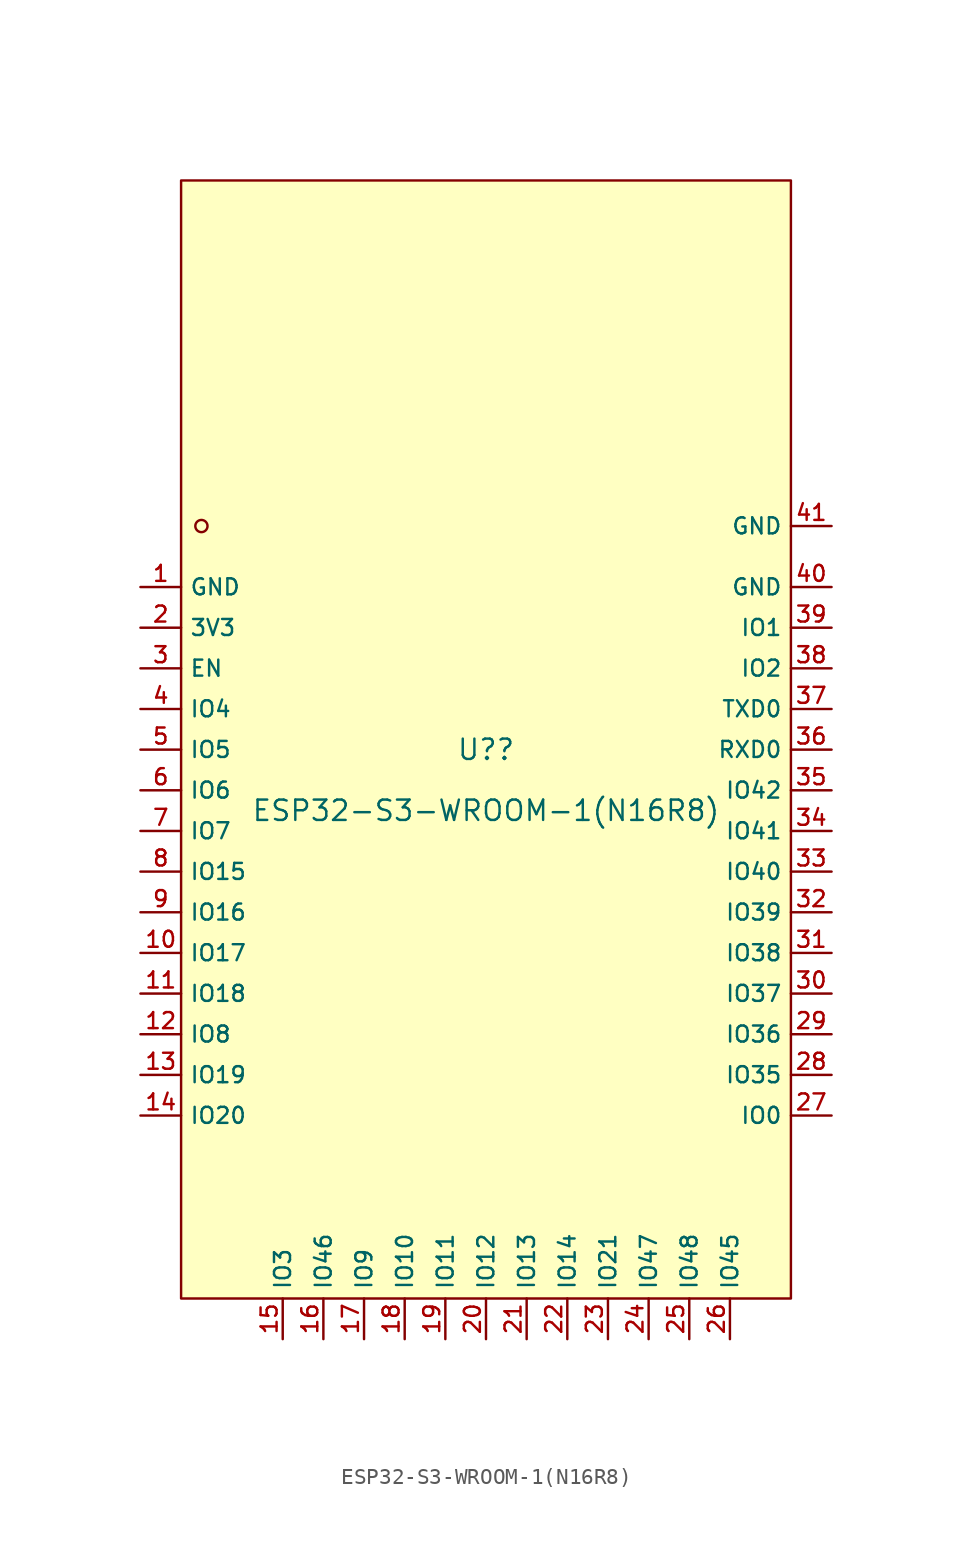
<source format=kicad_sym>
(kicad_symbol_lib
  (version 20210201)
  (generator TousstNicolas/JLC2KiCad_lib)
  (symbol "ESP32-S3-WROOM-1(N16R8)"
    (property "Reference" "U?"
      (at 0 1.27 0)
      (effects (font (size 1.27 1.27))))
    (property "Value" "ESP32-S3-WROOM-1(N16R8)"
      (at 0 -2.54 0)
      (effects (font (size 1.27 1.27))))
    (symbol "ESP32-S3-WROOM-1(N16R8)_0_1"
      (rectangle (start -19.05 36.83) (end 19.05 -33.02) (stroke (width 0) (type default) (color 0 0 0 0)) (fill (type background)))
      (circle (center -17.78 15.24) (radius 0.381) (stroke (width 0) (type default) (color 0 0 0 0)) (fill (type background)))
      (pin unspecified line (at -21.59 11.43 0) (length 2.54) (name "GND" (effects (font (size 1 1)))) (number "1" (effects (font (size 1 1)))))
      (pin unspecified line (at -21.59 8.89 0) (length 2.54) (name "3V3" (effects (font (size 1 1)))) (number "2" (effects (font (size 1 1)))))
      (pin unspecified line (at -21.59 6.35 0) (length 2.54) (name "EN" (effects (font (size 1 1)))) (number "3" (effects (font (size 1 1)))))
      (pin unspecified line (at -21.59 3.81 0) (length 2.54) (name "IO4" (effects (font (size 1 1)))) (number "4" (effects (font (size 1 1)))))
      (pin unspecified line (at -21.59 1.27 0) (length 2.54) (name "IO5" (effects (font (size 1 1)))) (number "5" (effects (font (size 1 1)))))
      (pin unspecified line (at -21.59 -1.27 0) (length 2.54) (name "IO6" (effects (font (size 1 1)))) (number "6" (effects (font (size 1 1)))))
      (pin unspecified line (at -21.59 -3.81 0) (length 2.54) (name "IO7" (effects (font (size 1 1)))) (number "7" (effects (font (size 1 1)))))
      (pin unspecified line (at -21.59 -6.35 0) (length 2.54) (name "IO15" (effects (font (size 1 1)))) (number "8" (effects (font (size 1 1)))))
      (pin unspecified line (at -21.59 -8.89 0) (length 2.54) (name "IO16" (effects (font (size 1 1)))) (number "9" (effects (font (size 1 1)))))
      (pin unspecified line (at -21.59 -11.43 0) (length 2.54) (name "IO17" (effects (font (size 1 1)))) (number "10" (effects (font (size 1 1)))))
      (pin unspecified line (at -21.59 -13.97 0) (length 2.54) (name "IO18" (effects (font (size 1 1)))) (number "11" (effects (font (size 1 1)))))
      (pin unspecified line (at -21.59 -16.51 0) (length 2.54) (name "IO8" (effects (font (size 1 1)))) (number "12" (effects (font (size 1 1)))))
      (pin unspecified line (at -21.59 -19.05 0) (length 2.54) (name "IO19" (effects (font (size 1 1)))) (number "13" (effects (font (size 1 1)))))
      (pin unspecified line (at -21.59 -21.59 0) (length 2.54) (name "IO20" (effects (font (size 1 1)))) (number "14" (effects (font (size 1 1)))))
      (pin unspecified line (at -12.7 -35.56 90) (length 2.54) (name "IO3" (effects (font (size 1 1)))) (number "15" (effects (font (size 1 1)))))
      (pin unspecified line (at -10.16 -35.56 90) (length 2.54) (name "IO46" (effects (font (size 1 1)))) (number "16" (effects (font (size 1 1)))))
      (pin unspecified line (at -7.62 -35.56 90) (length 2.54) (name "IO9" (effects (font (size 1 1)))) (number "17" (effects (font (size 1 1)))))
      (pin unspecified line (at -5.08 -35.56 90) (length 2.54) (name "IO10" (effects (font (size 1 1)))) (number "18" (effects (font (size 1 1)))))
      (pin unspecified line (at -2.54 -35.56 90) (length 2.54) (name "IO11" (effects (font (size 1 1)))) (number "19" (effects (font (size 1 1)))))
      (pin unspecified line (at 0.0 -35.56 90) (length 2.54) (name "IO12" (effects (font (size 1 1)))) (number "20" (effects (font (size 1 1)))))
      (pin unspecified line (at 2.54 -35.56 90) (length 2.54) (name "IO13" (effects (font (size 1 1)))) (number "21" (effects (font (size 1 1)))))
      (pin unspecified line (at 5.08 -35.56 90) (length 2.54) (name "IO14" (effects (font (size 1 1)))) (number "22" (effects (font (size 1 1)))))
      (pin unspecified line (at 7.62 -35.56 90) (length 2.54) (name "IO21" (effects (font (size 1 1)))) (number "23" (effects (font (size 1 1)))))
      (pin unspecified line (at 10.16 -35.56 90) (length 2.54) (name "IO47" (effects (font (size 1 1)))) (number "24" (effects (font (size 1 1)))))
      (pin unspecified line (at 12.7 -35.56 90) (length 2.54) (name "IO48" (effects (font (size 1 1)))) (number "25" (effects (font (size 1 1)))))
      (pin unspecified line (at 15.24 -35.56 90) (length 2.54) (name "IO45" (effects (font (size 1 1)))) (number "26" (effects (font (size 1 1)))))
      (pin unspecified line (at 21.59 -21.59 180) (length 2.54) (name "IO0" (effects (font (size 1 1)))) (number "27" (effects (font (size 1 1)))))
      (pin unspecified line (at 21.59 -19.05 180) (length 2.54) (name "IO35" (effects (font (size 1 1)))) (number "28" (effects (font (size 1 1)))))
      (pin unspecified line (at 21.59 -16.51 180) (length 2.54) (name "IO36" (effects (font (size 1 1)))) (number "29" (effects (font (size 1 1)))))
      (pin unspecified line (at 21.59 -13.97 180) (length 2.54) (name "IO37" (effects (font (size 1 1)))) (number "30" (effects (font (size 1 1)))))
      (pin unspecified line (at 21.59 -11.43 180) (length 2.54) (name "IO38" (effects (font (size 1 1)))) (number "31" (effects (font (size 1 1)))))
      (pin unspecified line (at 21.59 -8.89 180) (length 2.54) (name "IO39" (effects (font (size 1 1)))) (number "32" (effects (font (size 1 1)))))
      (pin unspecified line (at 21.59 -6.35 180) (length 2.54) (name "IO40" (effects (font (size 1 1)))) (number "33" (effects (font (size 1 1)))))
      (pin unspecified line (at 21.59 -3.81 180) (length 2.54) (name "IO41" (effects (font (size 1 1)))) (number "34" (effects (font (size 1 1)))))
      (pin unspecified line (at 21.59 -1.27 180) (length 2.54) (name "IO42" (effects (font (size 1 1)))) (number "35" (effects (font (size 1 1)))))
      (pin unspecified line (at 21.59 1.27 180) (length 2.54) (name "RXD0" (effects (font (size 1 1)))) (number "36" (effects (font (size 1 1)))))
      (pin unspecified line (at 21.59 3.81 180) (length 2.54) (name "TXD0" (effects (font (size 1 1)))) (number "37" (effects (font (size 1 1)))))
      (pin unspecified line (at 21.59 6.35 180) (length 2.54) (name "IO2" (effects (font (size 1 1)))) (number "38" (effects (font (size 1 1)))))
      (pin unspecified line (at 21.59 8.89 180) (length 2.54) (name "IO1" (effects (font (size 1 1)))) (number "39" (effects (font (size 1 1)))))
      (pin unspecified line (at 21.59 11.43 180) (length 2.54) (name "GND" (effects (font (size 1 1)))) (number "40" (effects (font (size 1 1)))))
      (pin unspecified line (at 21.59 15.24 180) (length 2.54) (name "GND" (effects (font (size 1 1)))) (number "41" (effects (font (size 1 1))))))))
</source>
